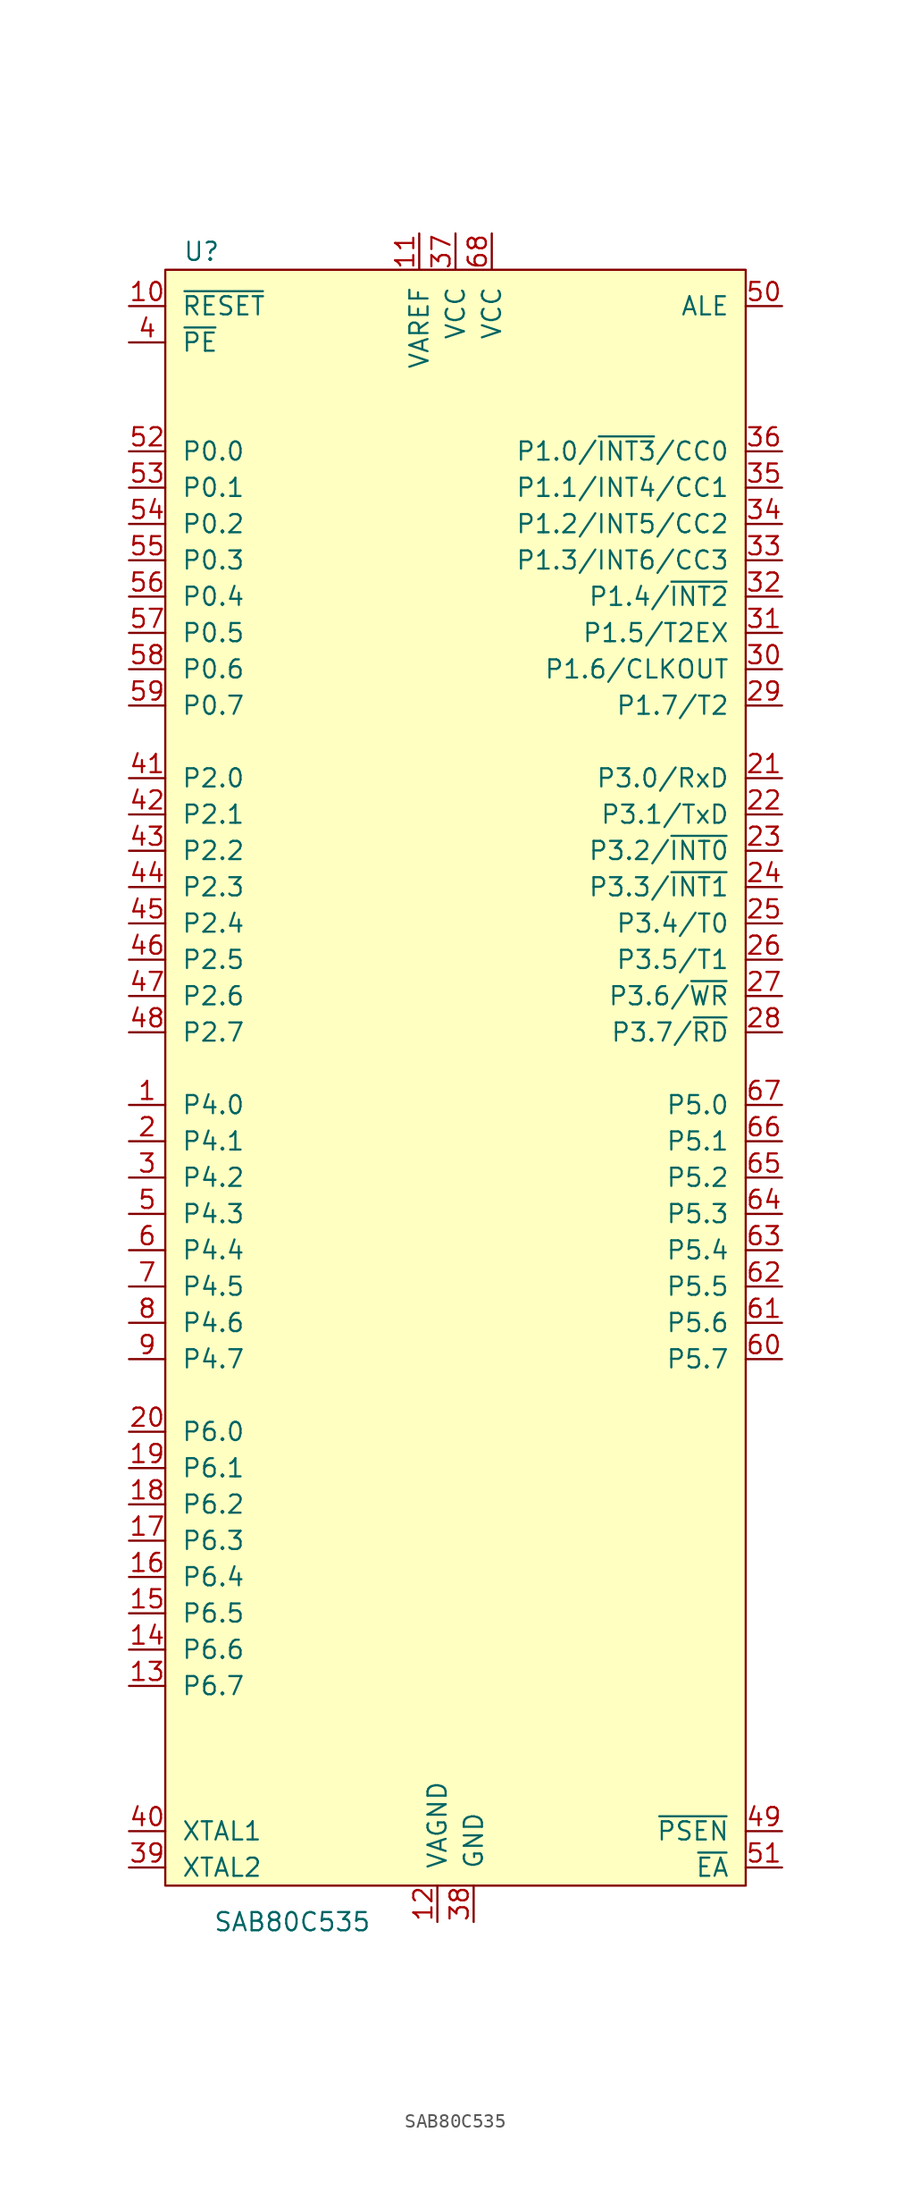
<source format=kicad_sym>
(kicad_symbol_lib
  (version 20211014)
  (generator kicad_symbol_editor)
  (symbol "SAB80C535"
    (pin_names
      (offset 1.118))
    (property "Reference" "U"
      (at -17.78 29.21 0)
      (effects (font (size 1.27 1.27))))
    (property "Value" "SAB80C535"
      (at -11.43 -87.63 0)
      (effects (font (size 1.27 1.27))))
    (symbol "SAB80C535_0_1"
      (rectangle (start -20.32 27.94) (end 20.32 -85.09) (stroke (width 0) (type default) (color 0 0 0 0)) (fill (type background))))
    (symbol "SAB80C535_1_1"
      (pin bidirectional line (at -22.86 -30.48 0) (length 2.54) (name "P4.0" (effects (font (size 1.27 1.27)))) (number "1" (effects (font (size 1.27 1.27)))))
      (pin input line (at -22.86 25.4 0) (length 2.54) (name "~{RESET}" (effects (font (size 1.27 1.27)))) (number "10" (effects (font (size 1.27 1.27)))))
      (pin power_in line (at -2.54 30.48 270) (length 2.54) (name "VAREF" (effects (font (size 1.27 1.27)))) (number "11" (effects (font (size 1.27 1.27)))))
      (pin power_in line (at -1.27 -87.63 90) (length 2.54) (name "VAGND" (effects (font (size 1.27 1.27)))) (number "12" (effects (font (size 1.27 1.27)))))
      (pin bidirectional line (at -22.86 -71.12 0) (length 2.54) (name "P6.7" (effects (font (size 1.27 1.27)))) (number "13" (effects (font (size 1.27 1.27)))))
      (pin bidirectional line (at -22.86 -68.58 0) (length 2.54) (name "P6.6" (effects (font (size 1.27 1.27)))) (number "14" (effects (font (size 1.27 1.27)))))
      (pin bidirectional line (at -22.86 -66.04 0) (length 2.54) (name "P6.5" (effects (font (size 1.27 1.27)))) (number "15" (effects (font (size 1.27 1.27)))))
      (pin bidirectional line (at -22.86 -63.5 0) (length 2.54) (name "P6.4" (effects (font (size 1.27 1.27)))) (number "16" (effects (font (size 1.27 1.27)))))
      (pin bidirectional line (at -22.86 -60.96 0) (length 2.54) (name "P6.3" (effects (font (size 1.27 1.27)))) (number "17" (effects (font (size 1.27 1.27)))))
      (pin bidirectional line (at -22.86 -58.42 0) (length 2.54) (name "P6.2" (effects (font (size 1.27 1.27)))) (number "18" (effects (font (size 1.27 1.27)))))
      (pin bidirectional line (at -22.86 -55.88 0) (length 2.54) (name "P6.1" (effects (font (size 1.27 1.27)))) (number "19" (effects (font (size 1.27 1.27)))))
      (pin bidirectional line (at -22.86 -33.02 0) (length 2.54) (name "P4.1" (effects (font (size 1.27 1.27)))) (number "2" (effects (font (size 1.27 1.27)))))
      (pin bidirectional line (at -22.86 -53.34 0) (length 2.54) (name "P6.0" (effects (font (size 1.27 1.27)))) (number "20" (effects (font (size 1.27 1.27)))))
      (pin bidirectional line (at 22.86 -7.62 180) (length 2.54) (name "P3.0/RxD" (effects (font (size 1.27 1.27)))) (number "21" (effects (font (size 1.27 1.27)))))
      (pin bidirectional line (at 22.86 -10.16 180) (length 2.54) (name "P3.1/TxD" (effects (font (size 1.27 1.27)))) (number "22" (effects (font (size 1.27 1.27)))))
      (pin bidirectional line (at 22.86 -12.7 180) (length 2.54) (name "P3.2/~{INT0}" (effects (font (size 1.27 1.27)))) (number "23" (effects (font (size 1.27 1.27)))))
      (pin bidirectional line (at 22.86 -15.24 180) (length 2.54) (name "P3.3/~{INT1}" (effects (font (size 1.27 1.27)))) (number "24" (effects (font (size 1.27 1.27)))))
      (pin bidirectional line (at 22.86 -17.78 180) (length 2.54) (name "P3.4/T0" (effects (font (size 1.27 1.27)))) (number "25" (effects (font (size 1.27 1.27)))))
      (pin bidirectional line (at 22.86 -20.32 180) (length 2.54) (name "P3.5/T1" (effects (font (size 1.27 1.27)))) (number "26" (effects (font (size 1.27 1.27)))))
      (pin bidirectional line (at 22.86 -22.86 180) (length 2.54) (name "P3.6/~{WR}" (effects (font (size 1.27 1.27)))) (number "27" (effects (font (size 1.27 1.27)))))
      (pin bidirectional line (at 22.86 -25.4 180) (length 2.54) (name "P3.7/~{RD}" (effects (font (size 1.27 1.27)))) (number "28" (effects (font (size 1.27 1.27)))))
      (pin input line (at 22.86 -2.54 180) (length 2.54) (name "P1.7/T2" (effects (font (size 1.27 1.27)))) (number "29" (effects (font (size 1.27 1.27)))))
      (pin bidirectional line (at -22.86 -35.56 0) (length 2.54) (name "P4.2" (effects (font (size 1.27 1.27)))) (number "3" (effects (font (size 1.27 1.27)))))
      (pin input line (at 22.86 0 180) (length 2.54) (name "P1.6/CLKOUT" (effects (font (size 1.27 1.27)))) (number "30" (effects (font (size 1.27 1.27)))))
      (pin input line (at 22.86 2.54 180) (length 2.54) (name "P1.5/T2EX" (effects (font (size 1.27 1.27)))) (number "31" (effects (font (size 1.27 1.27)))))
      (pin input line (at 22.86 5.08 180) (length 2.54) (name "P1.4/~{INT2}" (effects (font (size 1.27 1.27)))) (number "32" (effects (font (size 1.27 1.27)))))
      (pin input line (at 22.86 7.62 180) (length 2.54) (name "P1.3/INT6/CC3" (effects (font (size 1.27 1.27)))) (number "33" (effects (font (size 1.27 1.27)))))
      (pin input line (at 22.86 10.16 180) (length 2.54) (name "P1.2/INT5/CC2" (effects (font (size 1.27 1.27)))) (number "34" (effects (font (size 1.27 1.27)))))
      (pin input line (at 22.86 12.7 180) (length 2.54) (name "P1.1/INT4/CC1" (effects (font (size 1.27 1.27)))) (number "35" (effects (font (size 1.27 1.27)))))
      (pin input line (at 22.86 15.24 180) (length 2.54) (name "P1.0/~{INT3}/CC0" (effects (font (size 1.27 1.27)))) (number "36" (effects (font (size 1.27 1.27)))))
      (pin power_in line (at 0 30.48 270) (length 2.54) (name "VCC" (effects (font (size 1.27 1.27)))) (number "37" (effects (font (size 1.27 1.27)))))
      (pin power_in line (at 1.27 -87.63 90) (length 2.54) (name "GND" (effects (font (size 1.27 1.27)))) (number "38" (effects (font (size 1.27 1.27)))))
      (pin input line (at -22.86 -83.82 0) (length 2.54) (name "XTAL2" (effects (font (size 1.27 1.27)))) (number "39" (effects (font (size 1.27 1.27)))))
      (pin input line (at -22.86 22.86 0) (length 2.54) (name "~{PE}" (effects (font (size 1.27 1.27)))) (number "4" (effects (font (size 1.27 1.27)))))
      (pin input line (at -22.86 -81.28 0) (length 2.54) (name "XTAL1" (effects (font (size 1.27 1.27)))) (number "40" (effects (font (size 1.27 1.27)))))
      (pin bidirectional line (at -22.86 -7.62 0) (length 2.54) (name "P2.0" (effects (font (size 1.27 1.27)))) (number "41" (effects (font (size 1.27 1.27)))))
      (pin bidirectional line (at -22.86 -10.16 0) (length 2.54) (name "P2.1" (effects (font (size 1.27 1.27)))) (number "42" (effects (font (size 1.27 1.27)))))
      (pin bidirectional line (at -22.86 -12.7 0) (length 2.54) (name "P2.2" (effects (font (size 1.27 1.27)))) (number "43" (effects (font (size 1.27 1.27)))))
      (pin bidirectional line (at -22.86 -15.24 0) (length 2.54) (name "P2.3" (effects (font (size 1.27 1.27)))) (number "44" (effects (font (size 1.27 1.27)))))
      (pin bidirectional line (at -22.86 -17.78 0) (length 2.54) (name "P2.4" (effects (font (size 1.27 1.27)))) (number "45" (effects (font (size 1.27 1.27)))))
      (pin bidirectional line (at -22.86 -20.32 0) (length 2.54) (name "P2.5" (effects (font (size 1.27 1.27)))) (number "46" (effects (font (size 1.27 1.27)))))
      (pin bidirectional line (at -22.86 -22.86 0) (length 2.54) (name "P2.6" (effects (font (size 1.27 1.27)))) (number "47" (effects (font (size 1.27 1.27)))))
      (pin bidirectional line (at -22.86 -25.4 0) (length 2.54) (name "P2.7" (effects (font (size 1.27 1.27)))) (number "48" (effects (font (size 1.27 1.27)))))
      (pin output line (at 22.86 -81.28 180) (length 2.54) (name "~{PSEN}" (effects (font (size 1.27 1.27)))) (number "49" (effects (font (size 1.27 1.27)))))
      (pin bidirectional line (at -22.86 -38.1 0) (length 2.54) (name "P4.3" (effects (font (size 1.27 1.27)))) (number "5" (effects (font (size 1.27 1.27)))))
      (pin bidirectional line (at 22.86 25.4 180) (length 2.54) (name "ALE" (effects (font (size 1.27 1.27)))) (number "50" (effects (font (size 1.27 1.27)))))
      (pin input line (at 22.86 -83.82 180) (length 2.54) (name "~{EA}" (effects (font (size 1.27 1.27)))) (number "51" (effects (font (size 1.27 1.27)))))
      (pin bidirectional line (at -22.86 15.24 0) (length 2.54) (name "P0.0" (effects (font (size 1.27 1.27)))) (number "52" (effects (font (size 1.27 1.27)))))
      (pin bidirectional line (at -22.86 12.7 0) (length 2.54) (name "P0.1" (effects (font (size 1.27 1.27)))) (number "53" (effects (font (size 1.27 1.27)))))
      (pin bidirectional line (at -22.86 10.16 0) (length 2.54) (name "P0.2" (effects (font (size 1.27 1.27)))) (number "54" (effects (font (size 1.27 1.27)))))
      (pin bidirectional line (at -22.86 7.62 0) (length 2.54) (name "P0.3" (effects (font (size 1.27 1.27)))) (number "55" (effects (font (size 1.27 1.27)))))
      (pin bidirectional line (at -22.86 5.08 0) (length 2.54) (name "P0.4" (effects (font (size 1.27 1.27)))) (number "56" (effects (font (size 1.27 1.27)))))
      (pin bidirectional line (at -22.86 2.54 0) (length 2.54) (name "P0.5" (effects (font (size 1.27 1.27)))) (number "57" (effects (font (size 1.27 1.27)))))
      (pin bidirectional line (at -22.86 0 0) (length 2.54) (name "P0.6" (effects (font (size 1.27 1.27)))) (number "58" (effects (font (size 1.27 1.27)))))
      (pin bidirectional line (at -22.86 -2.54 0) (length 2.54) (name "P0.7" (effects (font (size 1.27 1.27)))) (number "59" (effects (font (size 1.27 1.27)))))
      (pin bidirectional line (at -22.86 -40.64 0) (length 2.54) (name "P4.4" (effects (font (size 1.27 1.27)))) (number "6" (effects (font (size 1.27 1.27)))))
      (pin bidirectional line (at 22.86 -48.26 180) (length 2.54) (name "P5.7" (effects (font (size 1.27 1.27)))) (number "60" (effects (font (size 1.27 1.27)))))
      (pin bidirectional line (at 22.86 -45.72 180) (length 2.54) (name "P5.6" (effects (font (size 1.27 1.27)))) (number "61" (effects (font (size 1.27 1.27)))))
      (pin bidirectional line (at 22.86 -43.18 180) (length 2.54) (name "P5.5" (effects (font (size 1.27 1.27)))) (number "62" (effects (font (size 1.27 1.27)))))
      (pin bidirectional line (at 22.86 -40.64 180) (length 2.54) (name "P5.4" (effects (font (size 1.27 1.27)))) (number "63" (effects (font (size 1.27 1.27)))))
      (pin bidirectional line (at 22.86 -38.1 180) (length 2.54) (name "P5.3" (effects (font (size 1.27 1.27)))) (number "64" (effects (font (size 1.27 1.27)))))
      (pin bidirectional line (at 22.86 -35.56 180) (length 2.54) (name "P5.2" (effects (font (size 1.27 1.27)))) (number "65" (effects (font (size 1.27 1.27)))))
      (pin bidirectional line (at 22.86 -33.02 180) (length 2.54) (name "P5.1" (effects (font (size 1.27 1.27)))) (number "66" (effects (font (size 1.27 1.27)))))
      (pin bidirectional line (at 22.86 -30.48 180) (length 2.54) (name "P5.0" (effects (font (size 1.27 1.27)))) (number "67" (effects (font (size 1.27 1.27)))))
      (pin power_in line (at 2.54 30.48 270) (length 2.54) (name "VCC" (effects (font (size 1.27 1.27)))) (number "68" (effects (font (size 1.27 1.27)))))
      (pin bidirectional line (at -22.86 -43.18 0) (length 2.54) (name "P4.5" (effects (font (size 1.27 1.27)))) (number "7" (effects (font (size 1.27 1.27)))))
      (pin bidirectional line (at -22.86 -45.72 0) (length 2.54) (name "P4.6" (effects (font (size 1.27 1.27)))) (number "8" (effects (font (size 1.27 1.27)))))
      (pin bidirectional line (at -22.86 -48.26 0) (length 2.54) (name "P4.7" (effects (font (size 1.27 1.27)))) (number "9" (effects (font (size 1.27 1.27))))))))
</source>
